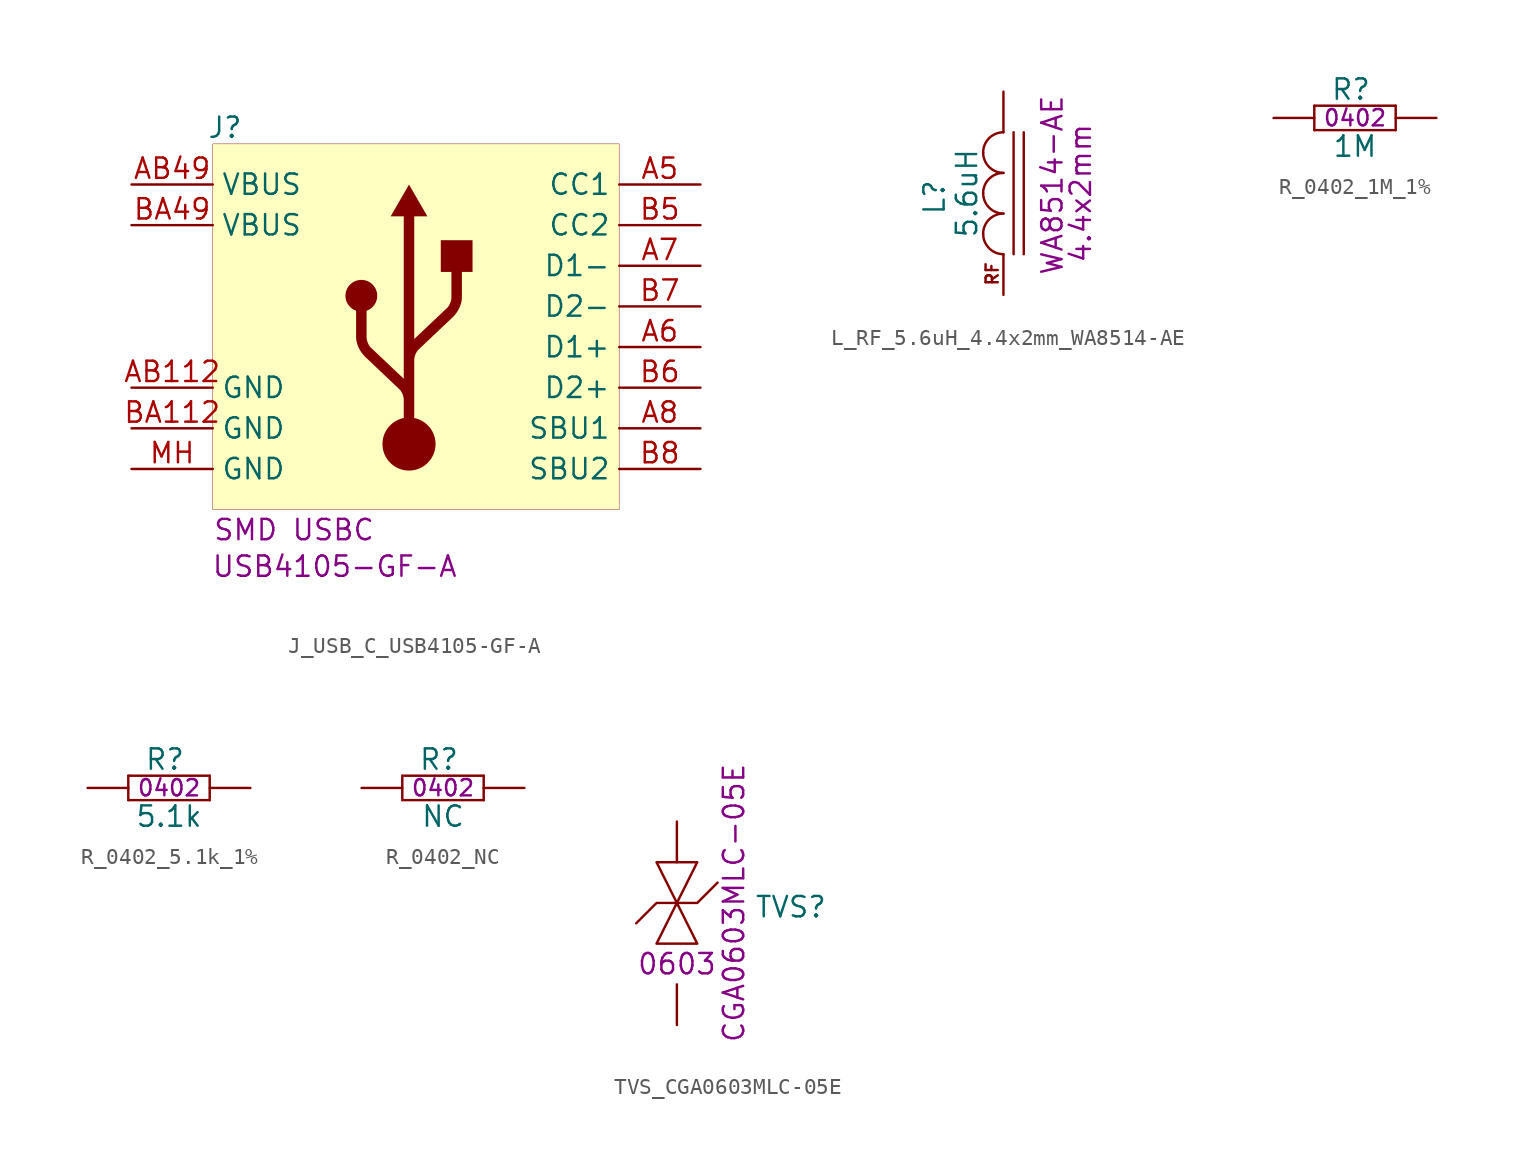
<source format=kicad_sym>
(kicad_symbol_lib
  (version 20241209)
  (generator "kicad_symbol_editor")
  (generator_version "9.0")
  (symbol "J_USB_C_USB4105-GF-A"
    (property "Reference" "J"
      (at 0.762 1.016 0)
      (effects (font (size 1.27 1.27))))
    (property "Value" ""
      (at 0 0 0)
      (effects (font (size 1.27 1.27))))
    (property "Manufacturer Part Number" "USB4105-GF-A"
      (at 7.62 -26.416 0)
      (effects (font (size 1.27 1.27))))
    (property "SCH_FOOTPRINT" "SMD USBC"
      (at 5.08 -24.13 0)
      (effects (font (size 1.27 1.27))))
    (symbol "J_USB_C_USB4105-GF-A_1_0"
      (polyline (pts (xy 8.293 -9.445) (xy 8.297 -9.395) (xy 8.303 -9.345) (xy 8.312 -9.296) (xy 8.323 -9.248) (xy 8.336 -9.201) (xy 8.352 -9.155) (xy 8.37 -9.11) (xy 8.39 -9.066) (xy 8.412 -9.023) (xy 8.436 -8.981) (xy 8.461 -8.941) (xy 8.489 -8.902) (xy 8.519 -8.864) (xy 8.55 -8.828) (xy 8.583 -8.794) (xy 8.617 -8.761) (xy 8.653 -8.73) (xy 8.691 -8.7) (xy 8.73 -8.673) (xy 8.77 -8.647) (xy 8.812 -8.623) (xy 8.854 -8.601) (xy 8.898 -8.581) (xy 8.944 -8.563) (xy 8.99 -8.548) (xy 9.037 -8.534) (xy 9.085 -8.523) (xy 9.134 -8.514) (xy 9.184 -8.508) (xy 9.234 -8.504) (xy 9.285 -8.503) (xy 9.336 -8.504) (xy 9.387 -8.508) (xy 9.436 -8.514) (xy 9.485 -8.523) (xy 9.533 -8.534) (xy 9.58 -8.548) (xy 9.627 -8.563) (xy 9.672 -8.581) (xy 9.716 -8.601) (xy 9.758 -8.623) (xy 9.8 -8.647) (xy 9.84 -8.673) (xy 9.879 -8.7) (xy 9.917 -8.73) (xy 9.953 -8.761) (xy 9.987 -8.794) (xy 10.02 -8.829) (xy 10.051 -8.864) (xy 10.081 -8.902) (xy 10.109 -8.941) (xy 10.134 -8.981) (xy 10.158 -9.023) (xy 10.18 -9.066) (xy 10.2 -9.11) (xy 10.218 -9.155) (xy 10.234 -9.201) (xy 10.247 -9.248) (xy 10.258 -9.296) (xy 10.267 -9.345) (xy 10.273 -9.395) (xy 10.277 -9.445) (xy 10.278 -9.496) (xy 10.277 -9.537) (xy 10.275 -9.576) (xy 10.271 -9.616) (xy 10.265 -9.655) (xy 10.258 -9.694) (xy 10.25 -9.732) (xy 10.24 -9.769) (xy 10.229 -9.806) (xy 10.216 -9.842) (xy 10.202 -9.877) (xy 10.186 -9.912) (xy 10.169 -9.946) (xy 10.152 -9.979) (xy 10.132 -10.012) (xy 10.112 -10.043) (xy 10.09 -10.074) (xy 10.068 -10.104) (xy 10.044 -10.133) (xy 10.019 -10.162) (xy 9.993 -10.189) (xy 9.966 -10.215) (xy 9.938 -10.24) (xy 9.909 -10.264) (xy 9.88 -10.287) (xy 9.849 -10.309) (xy 9.818 -10.33) (xy 9.785 -10.35) (xy 9.752 -10.368) (xy 9.718 -10.386) (xy 9.684 -10.401) (xy 9.649 -10.416) (xy 9.613 -10.43) (xy 9.613 -12.089) (xy 9.615 -12.132) (xy 9.619 -12.174) (xy 9.625 -12.216) (xy 9.633 -12.257) (xy 9.643 -12.298) (xy 9.654 -12.339) (xy 9.667 -12.379) (xy 9.682 -12.418) (xy 9.698 -12.457) (xy 9.716 -12.495) (xy 9.735 -12.533) (xy 9.755 -12.569) (xy 9.777 -12.604) (xy 9.799 -12.639) (xy 9.823 -12.672) (xy 9.848 -12.704) (xy 11.936 -14.68) (xy 11.936 -4.53) (xy 11.118 -4.53) (xy 12.265 -2.544) (xy 13.411 -4.53) (xy 12.592 -4.53) (xy 12.592 -12.198) (xy 14.68 -10.221) (xy 14.705 -10.189) (xy 14.729 -10.156) (xy 14.752 -10.122) (xy 14.773 -10.086) (xy 14.793 -10.05) (xy 14.812 -10.013) (xy 14.83 -9.975) (xy 14.846 -9.936) (xy 14.861 -9.896) (xy 14.874 -9.856) (xy 14.885 -9.816) (xy 14.895 -9.774) (xy 14.903 -9.733) (xy 14.909 -9.691) (xy 14.913 -9.649) (xy 14.915 -9.607) (xy 14.915 -8.006) (xy 14.251 -8.006) (xy 14.251 -6.02) (xy 16.237 -6.02) (xy 16.237 -8.006) (xy 15.571 -8.006) (xy 15.571 -9.587) (xy 15.569 -9.671) (xy 15.56 -9.755) (xy 15.547 -9.838) (xy 15.529 -9.922) (xy 15.506 -10.004) (xy 15.479 -10.086) (xy 15.448 -10.167) (xy 15.414 -10.246) (xy 15.376 -10.324) (xy 15.335 -10.399) (xy 15.291 -10.473) (xy 15.245 -10.543) (xy 15.197 -10.611) (xy 15.146 -10.676) (xy 15.095 -10.737) (xy 15.042 -10.794) (xy 15.045 -10.791) (xy 15.048 -10.789) (xy 15.051 -10.785) (xy 15.052 -10.785) (xy 15.052 -10.785) (xy 15.05 -10.786) (xy 15.041 -10.794) (xy 12.826 -12.891) (xy 12.802 -12.923) (xy 12.778 -12.956) (xy 12.755 -12.991) (xy 12.734 -13.026) (xy 12.713 -13.062) (xy 12.694 -13.099) (xy 12.677 -13.137) (xy 12.661 -13.176) (xy 12.646 -13.215) (xy 12.633 -13.255) (xy 12.622 -13.296) (xy 12.612 -13.337) (xy 12.604 -13.378) (xy 12.598 -13.42) (xy 12.594 -13.462) (xy 12.592 -13.504) (xy 12.592 -15.999) (xy 12.592 -16) (xy 12.592 -16.002) (xy 12.592 -16.003) (xy 12.592 -16.004) (xy 12.592 -16.006) (xy 12.592 -16.008) (xy 12.592 -17.136) (xy 12.662 -17.152) (xy 12.732 -17.171) (xy 12.8 -17.192) (xy 12.867 -17.217) (xy 12.932 -17.244) (xy 12.996 -17.274) (xy 13.059 -17.306) (xy 13.12 -17.341) (xy 13.179 -17.379) (xy 13.237 -17.419) (xy 13.347 -17.506) (xy 13.448 -17.601) (xy 13.542 -17.705) (xy 13.627 -17.816) (xy 13.665 -17.875) (xy 13.702 -17.934) (xy 13.736 -17.996) (xy 13.767 -18.059) (xy 13.796 -18.124) (xy 13.822 -18.19) (xy 13.845 -18.258) (xy 13.865 -18.326) (xy 13.883 -18.396) (xy 13.897 -18.468) (xy 13.908 -18.54) (xy 13.916 -18.613) (xy 13.921 -18.687) (xy 13.923 -18.762) (xy 13.921 -18.847) (xy 13.914 -18.932) (xy 13.904 -19.015) (xy 13.889 -19.096) (xy 13.871 -19.177) (xy 13.848 -19.255) (xy 13.822 -19.332) (xy 13.793 -19.408) (xy 13.759 -19.481) (xy 13.723 -19.553) (xy 13.683 -19.622) (xy 13.64 -19.689) (xy 13.593 -19.754) (xy 13.544 -19.817) (xy 13.492 -19.877) (xy 13.437 -19.935) (xy 13.38 -19.99) (xy 13.319 -20.042) (xy 13.257 -20.091) (xy 13.192 -20.137) (xy 13.124 -20.18) (xy 13.055 -20.221) (xy 12.983 -20.257) (xy 12.91 -20.29) (xy 12.835 -20.32) (xy 12.757 -20.346) (xy 12.679 -20.368) (xy 12.598 -20.387) (xy 12.517 -20.401) (xy 12.434 -20.412) (xy 12.35 -20.419) (xy 12.264 -20.421) (xy 12.179 -20.419) (xy 12.095 -20.412) (xy 12.012 -20.401) (xy 11.93 -20.387) (xy 11.85 -20.368) (xy 11.771 -20.346) (xy 11.694 -20.32) (xy 11.619 -20.29) (xy 11.545 -20.257) (xy 11.474 -20.221) (xy 11.404 -20.18) (xy 11.337 -20.137) (xy 11.272 -20.091) (xy 11.209 -20.042) (xy 11.149 -19.99) (xy 11.091 -19.935) (xy 11.037 -19.877) (xy 10.985 -19.817) (xy 10.935 -19.754) (xy 10.889 -19.689) (xy 10.846 -19.622) (xy 10.806 -19.553) (xy 10.769 -19.481) (xy 10.736 -19.408) (xy 10.706 -19.332) (xy 10.68 -19.255) (xy 10.658 -19.177) (xy 10.639 -19.096) (xy 10.625 -19.015) (xy 10.614 -18.932) (xy 10.608 -18.847) (xy 10.606 -18.762) (xy 10.607 -18.687) (xy 10.612 -18.613) (xy 10.62 -18.54) (xy 10.632 -18.468) (xy 10.646 -18.397) (xy 10.664 -18.327) (xy 10.684 -18.258) (xy 10.707 -18.19) (xy 10.733 -18.124) (xy 10.761 -18.059) (xy 10.793 -17.996) (xy 10.827 -17.935) (xy 10.863 -17.875) (xy 10.902 -17.816) (xy 10.943 -17.76) (xy 10.986 -17.705) (xy 11.032 -17.652) (xy 11.08 -17.601) (xy 11.13 -17.552) (xy 11.182 -17.506) (xy 11.236 -17.461) (xy 11.291 -17.419) (xy 11.349 -17.379) (xy 11.408 -17.342) (xy 11.469 -17.307) (xy 11.531 -17.274) (xy 11.595 -17.244) (xy 11.661 -17.217) (xy 11.728 -17.192) (xy 11.796 -17.171) (xy 11.865 -17.152) (xy 11.936 -17.136) (xy 11.936 -15.988) (xy 11.934 -15.946) (xy 11.93 -15.904) (xy 11.924 -15.862) (xy 11.916 -15.82) (xy 11.906 -15.779) (xy 11.895 -15.739) (xy 11.882 -15.699) (xy 11.867 -15.659) (xy 11.851 -15.62) (xy 11.834 -15.582) (xy 11.815 -15.545) (xy 11.794 -15.509) (xy 11.773 -15.474) (xy 11.75 -15.439) (xy 11.727 -15.406) (xy 11.702 -15.374) (xy 9.487 -13.277) (xy 9.478 -13.269) (xy 9.477 -13.268) (xy 9.476 -13.267) (xy 9.477 -13.268) (xy 9.48 -13.271) (xy 9.486 -13.277) (xy 9.434 -13.219) (xy 9.382 -13.158) (xy 9.332 -13.093) (xy 9.283 -13.026) (xy 9.237 -12.955) (xy 9.193 -12.882) (xy 9.152 -12.806) (xy 9.114 -12.729) (xy 9.08 -12.65) (xy 9.049 -12.569) (xy 9.022 -12.487) (xy 8.999 -12.404) (xy 8.981 -12.321) (xy 8.968 -12.237) (xy 8.96 -12.153) (xy 8.957 -12.07) (xy 8.957 -10.43) (xy 8.886 -10.401) (xy 8.818 -10.368) (xy 8.752 -10.33) (xy 8.69 -10.287) (xy 8.632 -10.24) (xy 8.577 -10.189) (xy 8.526 -10.133) (xy 8.479 -10.074) (xy 8.438 -10.012) (xy 8.4 -9.946) (xy 8.368 -9.877) (xy 8.341 -9.806) (xy 8.32 -9.732) (xy 8.305 -9.655) (xy 8.295 -9.576) (xy 8.293 -9.537) (xy 8.292 -9.496) (xy 8.293 -9.445)) (stroke (width -0.0001) (type solid)) (fill (type outline)))
      (rectangle (start 25.4 0) (end 0 -22.86) (stroke (width 0.025) (type solid) (color 128 0 0 1)) (fill (type background)))
      (pin passive line (at -5.08 -2.54 0) (length 5.08) (name "VBUS" (effects (font (size 1.27 1.27)))) (number "AB49" (effects (font (size 1.27 1.27)))))
      (pin passive line (at -5.08 -5.08 0) (length 5.08) (name "VBUS" (effects (font (size 1.27 1.27)))) (number "BA49" (effects (font (size 1.27 1.27)))))
      (pin passive line (at -5.08 -15.24 0) (length 5.08) (name "GND" (effects (font (size 1.27 1.27)))) (number "AB112" (effects (font (size 1.27 1.27)))))
      (pin passive line (at -5.08 -17.78 0) (length 5.08) (name "GND" (effects (font (size 1.27 1.27)))) (number "BA112" (effects (font (size 1.27 1.27)))))
      (pin passive line (at -5.08 -20.32 0) (length 5.08) (name "GND" (effects (font (size 1.27 1.27)))) (number "MH" (effects (font (size 1.27 1.27)))))
      (pin passive line (at 30.48 -2.54 180) (length 5.08) (name "CC1" (effects (font (size 1.27 1.27)))) (number "A5" (effects (font (size 1.27 1.27)))))
      (pin passive line (at 30.48 -5.08 180) (length 5.08) (name "CC2" (effects (font (size 1.27 1.27)))) (number "B5" (effects (font (size 1.27 1.27)))))
      (pin passive line (at 30.48 -7.62 180) (length 5.08) (name "D1-" (effects (font (size 1.27 1.27)))) (number "A7" (effects (font (size 1.27 1.27)))))
      (pin passive line (at 30.48 -10.16 180) (length 5.08) (name "D2-" (effects (font (size 1.27 1.27)))) (number "B7" (effects (font (size 1.27 1.27)))))
      (pin passive line (at 30.48 -12.7 180) (length 5.08) (name "D1+" (effects (font (size 1.27 1.27)))) (number "A6" (effects (font (size 1.27 1.27)))))
      (pin passive line (at 30.48 -15.24 180) (length 5.08) (name "D2+" (effects (font (size 1.27 1.27)))) (number "B6" (effects (font (size 1.27 1.27)))))
      (pin passive line (at 30.48 -17.78 180) (length 5.08) (name "SBU1" (effects (font (size 1.27 1.27)))) (number "A8" (effects (font (size 1.27 1.27)))))
      (pin passive line (at 30.48 -20.32 180) (length 5.08) (name "SBU2" (effects (font (size 1.27 1.27)))) (number "B8" (effects (font (size 1.27 1.27)))))))
  (symbol "L_RF_5.6uH_4.4x2mm_WA8514-AE"
    (pin_numbers
      (hide yes))
    (pin_names
      (hide yes))
    (property "Reference" "L"
      (at -4.318 6.096 90)
      (effects (font (size 1.27 1.27))))
    (property "Value" "5.6uH"
      (at -2.286 6.35 90)
      (effects (font (size 1.27 1.27))))
    (property "Manufacturer Part Number" "WA8514-AE"
      (at 3.048 6.858 90)
      (effects (font (size 1.27 1.27))))
    (property "SCH_FOOTPRINT" "4.4x2mm"
      (at 4.826 6.35 90)
      (effects (font (size 1.27 1.27))))
    (symbol "L_RF_5.6uH_4.4x2mm_WA8514-AE_0_1"
      (polyline (pts (xy 0.635 2.54) (xy 0.635 10.16)) (stroke (width 0) (type default)) (fill (type none)))
      (polyline (pts (xy 1.27 2.54) (xy 1.27 10.16)) (stroke (width 0) (type default)) (fill (type none))))
    (symbol "L_RF_5.6uH_4.4x2mm_WA8514-AE_1_0"
      (arc (start -1.27 8.89) (mid -0.898 9.788) (end 0 10.16) (stroke (width 0) (type solid)) (fill (type none)))
      (arc (start 0 7.62) (mid -0.898 7.992) (end -1.27 8.89) (stroke (width 0) (type solid)) (fill (type none)))
      (arc (start -1.27 6.35) (mid -0.898 7.248) (end 0 7.62) (stroke (width 0) (type solid)) (fill (type none)))
      (arc (start 0 5.08) (mid -0.898 5.452) (end -1.27 6.35) (stroke (width 0) (type solid)) (fill (type none)))
      (arc (start -1.27 3.81) (mid -0.898 4.708) (end 0 5.08) (stroke (width 0) (type solid)) (fill (type none)))
      (arc (start 0 2.54) (mid -0.898 2.912) (end -1.27 3.81) (stroke (width 0) (type solid)) (fill (type none)))
      (text "RF" (at -0.254 0.508 900) (effects (font (size 0.762 0.762)) (justify left bottom)))
      (pin passive line (at 0 12.7 270) (length 2.54) (name "2" (effects (font (size 1.27 1.27)))) (number "2" (effects (font (size 1.27 1.27)))))
      (pin passive line (at 0 0 90) (length 2.54) (name "1" (effects (font (size 1.27 1.27)))) (number "1" (effects (font (size 1.27 1.27)))))))
  (symbol "R_0402_1M_1%"
    (pin_numbers
      (hide yes))
    (pin_names
      (hide yes))
    (property "Reference" "R"
      (at 4.826 1.778 0)
      (effects (font (size 1.27 1.27))))
    (property "Value" "1M"
      (at 5.08 -1.778 0)
      (effects (font (size 1.27 1.27))))
    (property "SCH_FOOTPRINT" "0402"
      (at 5.08 0 0)
      (effects (font (size 1.016 1.016))))
    (symbol "R_0402_1M_1%_1_0"
      (polyline (pts (xy 2.54 0.762) (xy 2.54 -0.762)) (stroke (width 0) (type solid)) (fill (type none)))
      (polyline (pts (xy 2.54 0.762) (xy 7.62 0.762)) (stroke (width 0) (type solid)) (fill (type none)))
      (polyline (pts (xy 2.54 -0.762) (xy 7.62 -0.762)) (stroke (width 0) (type solid)) (fill (type none)))
      (polyline (pts (xy 7.62 0.762) (xy 7.62 -0.762)) (stroke (width 0) (type solid)) (fill (type none)))
      (pin passive line (at 0 0 0) (length 2.54) (name "1" (effects (font (size 1.27 1.27)))) (number "1" (effects (font (size 1.27 1.27)))))
      (pin passive line (at 10.16 0 180) (length 2.54) (name "2" (effects (font (size 1.27 1.27)))) (number "2" (effects (font (size 1.27 1.27)))))))
  (symbol "R_0402_5.1k_1%"
    (pin_numbers
      (hide yes))
    (pin_names
      (hide yes))
    (property "Reference" "R"
      (at 4.826 1.778 0)
      (effects (font (size 1.27 1.27))))
    (property "Value" "5.1k"
      (at 5.08 -1.778 0)
      (effects (font (size 1.27 1.27))))
    (property "SCH_FOOTPRINT" "0402"
      (at 5.08 0 0)
      (effects (font (size 1.016 1.016))))
    (symbol "R_0402_5.1k_1%_1_0"
      (polyline (pts (xy 2.54 0.762) (xy 2.54 -0.762)) (stroke (width 0) (type solid)) (fill (type none)))
      (polyline (pts (xy 2.54 0.762) (xy 7.62 0.762)) (stroke (width 0) (type solid)) (fill (type none)))
      (polyline (pts (xy 2.54 -0.762) (xy 7.62 -0.762)) (stroke (width 0) (type solid)) (fill (type none)))
      (polyline (pts (xy 7.62 0.762) (xy 7.62 -0.762)) (stroke (width 0) (type solid)) (fill (type none)))
      (pin passive line (at 0 0 0) (length 2.54) (name "1" (effects (font (size 1.27 1.27)))) (number "1" (effects (font (size 1.27 1.27)))))
      (pin passive line (at 10.16 0 180) (length 2.54) (name "2" (effects (font (size 1.27 1.27)))) (number "2" (effects (font (size 1.27 1.27)))))))
  (symbol "R_0402_NC"
    (pin_numbers
      (hide yes))
    (pin_names
      (hide yes))
    (property "Reference" "R"
      (at 4.826 1.778 0)
      (effects (font (size 1.27 1.27))))
    (property "Value" "NC"
      (at 5.08 -1.778 0)
      (effects (font (size 1.27 1.27))))
    (property "SCH_FOOTPRINT" "0402"
      (at 5.08 0 0)
      (effects (font (size 1.016 1.016))))
    (symbol "R_0402_NC_1_0"
      (polyline (pts (xy 2.54 0.762) (xy 2.54 -0.762)) (stroke (width 0) (type solid)) (fill (type none)))
      (polyline (pts (xy 2.54 0.762) (xy 7.62 0.762)) (stroke (width 0) (type solid)) (fill (type none)))
      (polyline (pts (xy 2.54 -0.762) (xy 7.62 -0.762)) (stroke (width 0) (type solid)) (fill (type none)))
      (polyline (pts (xy 7.62 0.762) (xy 7.62 -0.762)) (stroke (width 0) (type solid)) (fill (type none)))
      (pin passive line (at 0 0 0) (length 2.54) (name "1" (effects (font (size 1.27 1.27)))) (number "1" (effects (font (size 1.27 1.27)))))
      (pin passive line (at 10.16 0 180) (length 2.54) (name "2" (effects (font (size 1.27 1.27)))) (number "2" (effects (font (size 1.27 1.27)))))))
  (symbol "TVS_CGA0603MLC-05E"
    (pin_numbers
      (hide yes))
    (pin_names
      (hide yes))
    (property "Reference" "TVS"
      (at 7.112 -0.254 0)
      (effects (font (size 1.27 1.27))))
    (property "Manufacturer Part Number" "CGA0603MLC-05E"
      (at 3.556 0 90)
      (effects (font (size 1.27 1.27))))
    (property "SCH_FOOTPRINT" "0603"
      (at 0 -3.81 0)
      (effects (font (size 1.27 1.27))))
    (symbol "TVS_CGA0603MLC-05E_1_0"
      (polyline (pts (xy -2.54 -1.27) (xy -1.27 0) (xy 1.27 0) (xy 2.54 1.27)) (stroke (width 0) (type solid)) (fill (type none)))
      (polyline (pts (xy -1.27 2.54) (xy 0 0) (xy 1.27 2.54) (xy -1.27 2.54)) (stroke (width 0) (type solid)) (fill (type none)))
      (polyline (pts (xy 0 0) (xy -1.27 -2.54) (xy 1.27 -2.54) (xy 0 0)) (stroke (width 0) (type solid)) (fill (type none)))
      (pin passive line (at 0 5.08 270) (length 2.54) (name "1" (effects (font (size 1.27 1.27)))) (number "1" (effects (font (size 1.27 1.27)))))
      (pin passive line (at 0 -7.62 90) (length 2.54) (name "2" (effects (font (size 1.27 1.27)))) (number "2" (effects (font (size 1.27 1.27))))))))
</source>
